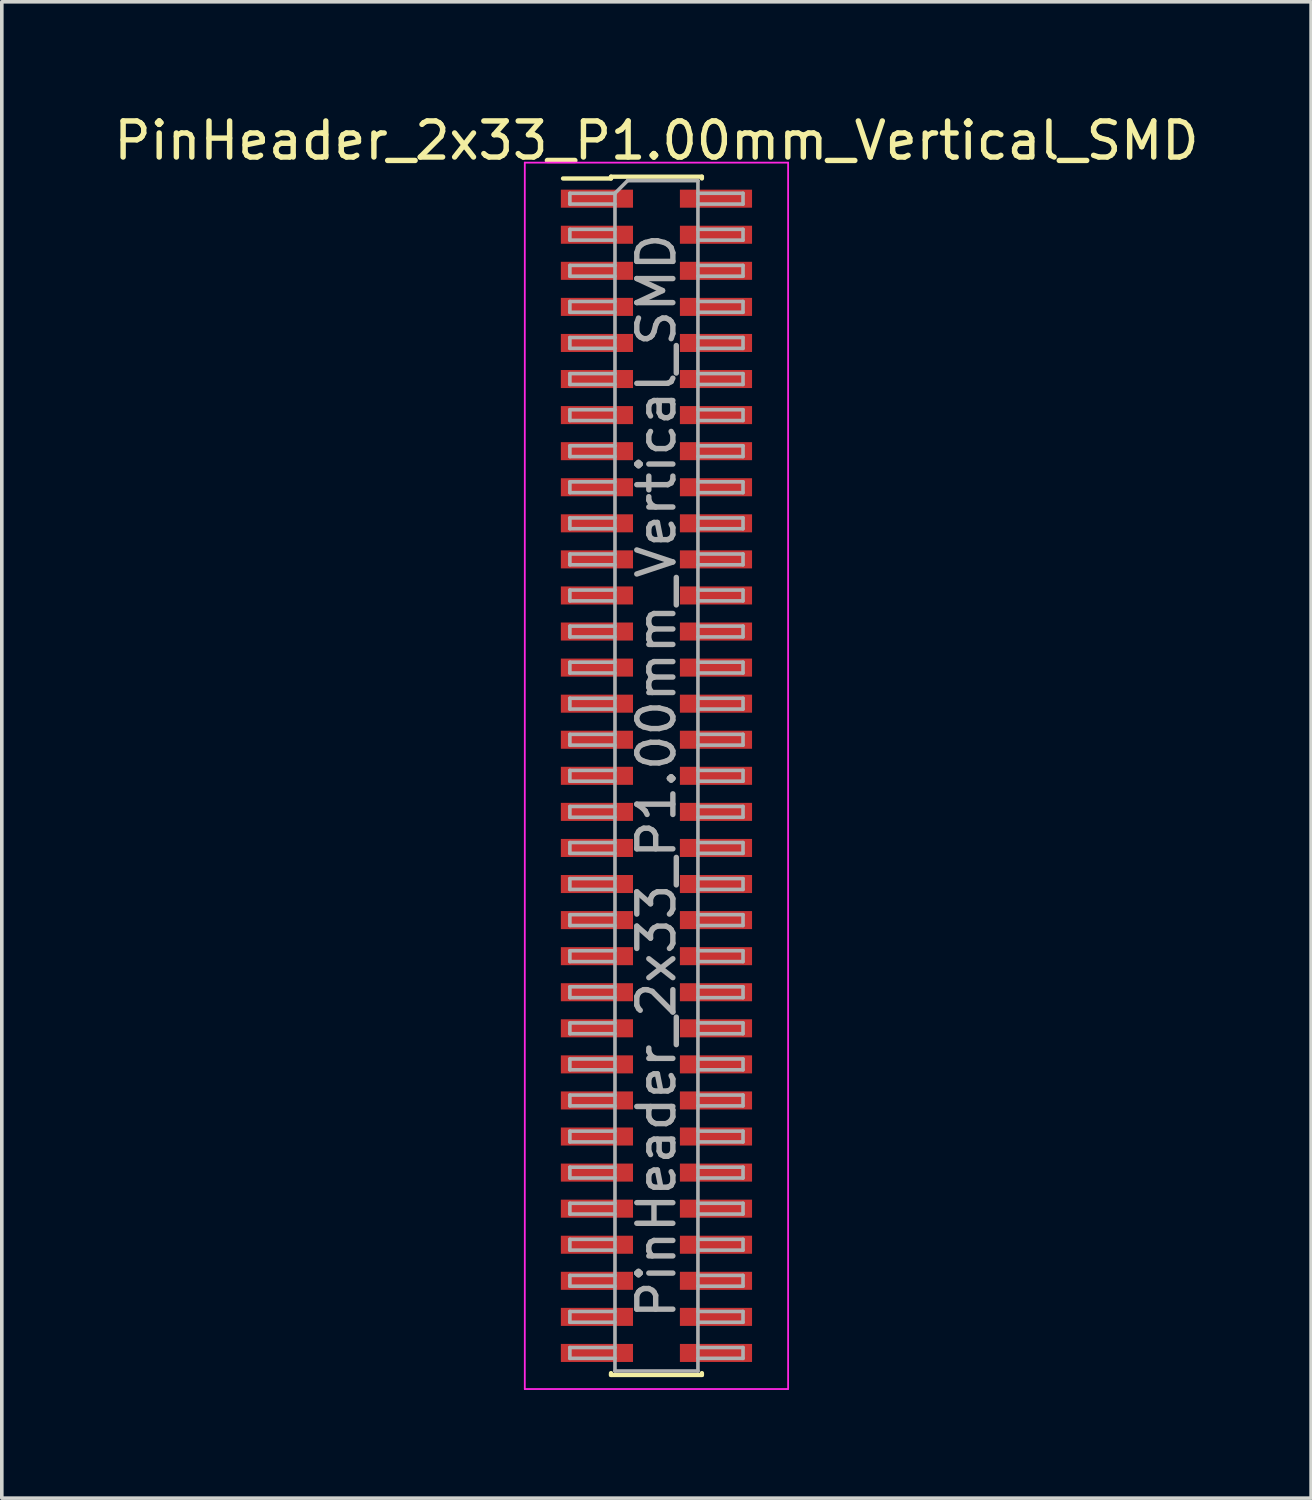
<source format=kicad_pcb>
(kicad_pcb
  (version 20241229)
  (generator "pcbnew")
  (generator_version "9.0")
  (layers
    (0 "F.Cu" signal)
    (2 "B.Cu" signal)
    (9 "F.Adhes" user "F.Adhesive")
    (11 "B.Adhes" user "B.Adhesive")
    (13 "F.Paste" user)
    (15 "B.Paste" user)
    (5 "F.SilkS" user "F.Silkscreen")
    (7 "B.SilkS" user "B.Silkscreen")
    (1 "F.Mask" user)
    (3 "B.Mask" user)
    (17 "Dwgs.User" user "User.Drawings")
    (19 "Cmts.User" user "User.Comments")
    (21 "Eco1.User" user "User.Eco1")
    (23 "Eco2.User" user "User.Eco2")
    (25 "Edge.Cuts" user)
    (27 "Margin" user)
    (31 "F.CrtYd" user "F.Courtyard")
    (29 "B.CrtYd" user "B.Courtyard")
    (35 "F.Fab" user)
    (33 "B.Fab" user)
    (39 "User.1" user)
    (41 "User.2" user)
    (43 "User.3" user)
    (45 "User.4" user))
  (footprint "PinHeader_2x33_P1.00mm_Vertical_SMD"
    (layer "F.Cu")
    (at 15.149 18.458)
    (property "Reference" "PinHeader_2x33_P1.00mm_Vertical_SMD" (at 0 -17.61 0) (layer "F.SilkS") (effects (font (size 1 1) (thickness 0.15))))
    (attr smd)
    (fp_line (start -2.59 -16.56) (end -1.26 -16.56) (stroke (width 0.12) (type solid)) (layer "F.SilkS"))
    (fp_line (start -1.26 -16.61) (end -1.26 -16.56) (stroke (width 0.12) (type solid)) (layer "F.SilkS"))
    (fp_line (start -1.26 -16.61) (end 1.26 -16.61) (stroke (width 0.12) (type solid)) (layer "F.SilkS"))
    (fp_line (start -1.26 16.56) (end -1.26 16.61) (stroke (width 0.12) (type solid)) (layer "F.SilkS"))
    (fp_line (start -1.26 16.61) (end 1.26 16.61) (stroke (width 0.12) (type solid)) (layer "F.SilkS"))
    (fp_line (start 1.26 -16.61) (end 1.26 -16.56) (stroke (width 0.12) (type solid)) (layer "F.SilkS"))
    (fp_line (start 1.26 16.56) (end 1.26 16.61) (stroke (width 0.12) (type solid)) (layer "F.SilkS"))
    (fp_line (start -3.65 -17) (end -3.65 17) (stroke (width 0.05) (type solid)) (layer "F.CrtYd"))
    (fp_line (start -3.65 17) (end 3.65 17) (stroke (width 0.05) (type solid)) (layer "F.CrtYd"))
    (fp_line (start 3.65 -17) (end -3.65 -17) (stroke (width 0.05) (type solid)) (layer "F.CrtYd"))
    (fp_line (start 3.65 17) (end 3.65 -17) (stroke (width 0.05) (type solid)) (layer "F.CrtYd"))
    (fp_line (start -2.4 -16.15) (end -2.4 -15.85) (stroke (width 0.1) (type solid)) (layer "F.Fab"))
    (fp_line (start -2.4 -15.85) (end -1.15 -15.85) (stroke (width 0.1) (type solid)) (layer "F.Fab"))
    (fp_line (start -2.4 -15.15) (end -2.4 -14.85) (stroke (width 0.1) (type solid)) (layer "F.Fab"))
    (fp_line (start -2.4 -14.85) (end -1.15 -14.85) (stroke (width 0.1) (type solid)) (layer "F.Fab"))
    (fp_line (start -2.4 -14.15) (end -2.4 -13.85) (stroke (width 0.1) (type solid)) (layer "F.Fab"))
    (fp_line (start -2.4 -13.85) (end -1.15 -13.85) (stroke (width 0.1) (type solid)) (layer "F.Fab"))
    (fp_line (start -2.4 -13.15) (end -2.4 -12.85) (stroke (width 0.1) (type solid)) (layer "F.Fab"))
    (fp_line (start -2.4 -12.85) (end -1.15 -12.85) (stroke (width 0.1) (type solid)) (layer "F.Fab"))
    (fp_line (start -2.4 -12.15) (end -2.4 -11.85) (stroke (width 0.1) (type solid)) (layer "F.Fab"))
    (fp_line (start -2.4 -11.85) (end -1.15 -11.85) (stroke (width 0.1) (type solid)) (layer "F.Fab"))
    (fp_line (start -2.4 -11.15) (end -2.4 -10.85) (stroke (width 0.1) (type solid)) (layer "F.Fab"))
    (fp_line (start -2.4 -10.85) (end -1.15 -10.85) (stroke (width 0.1) (type solid)) (layer "F.Fab"))
    (fp_line (start -2.4 -10.15) (end -2.4 -9.85) (stroke (width 0.1) (type solid)) (layer "F.Fab"))
    (fp_line (start -2.4 -9.85) (end -1.15 -9.85) (stroke (width 0.1) (type solid)) (layer "F.Fab"))
    (fp_line (start -2.4 -9.15) (end -2.4 -8.85) (stroke (width 0.1) (type solid)) (layer "F.Fab"))
    (fp_line (start -2.4 -8.85) (end -1.15 -8.85) (stroke (width 0.1) (type solid)) (layer "F.Fab"))
    (fp_line (start -2.4 -8.15) (end -2.4 -7.85) (stroke (width 0.1) (type solid)) (layer "F.Fab"))
    (fp_line (start -2.4 -7.85) (end -1.15 -7.85) (stroke (width 0.1) (type solid)) (layer "F.Fab"))
    (fp_line (start -2.4 -7.15) (end -2.4 -6.85) (stroke (width 0.1) (type solid)) (layer "F.Fab"))
    (fp_line (start -2.4 -6.85) (end -1.15 -6.85) (stroke (width 0.1) (type solid)) (layer "F.Fab"))
    (fp_line (start -2.4 -6.15) (end -2.4 -5.85) (stroke (width 0.1) (type solid)) (layer "F.Fab"))
    (fp_line (start -2.4 -5.85) (end -1.15 -5.85) (stroke (width 0.1) (type solid)) (layer "F.Fab"))
    (fp_line (start -2.4 -5.15) (end -2.4 -4.85) (stroke (width 0.1) (type solid)) (layer "F.Fab"))
    (fp_line (start -2.4 -4.85) (end -1.15 -4.85) (stroke (width 0.1) (type solid)) (layer "F.Fab"))
    (fp_line (start -2.4 -4.15) (end -2.4 -3.85) (stroke (width 0.1) (type solid)) (layer "F.Fab"))
    (fp_line (start -2.4 -3.85) (end -1.15 -3.85) (stroke (width 0.1) (type solid)) (layer "F.Fab"))
    (fp_line (start -2.4 -3.15) (end -2.4 -2.85) (stroke (width 0.1) (type solid)) (layer "F.Fab"))
    (fp_line (start -2.4 -2.85) (end -1.15 -2.85) (stroke (width 0.1) (type solid)) (layer "F.Fab"))
    (fp_line (start -2.4 -2.15) (end -2.4 -1.85) (stroke (width 0.1) (type solid)) (layer "F.Fab"))
    (fp_line (start -2.4 -1.85) (end -1.15 -1.85) (stroke (width 0.1) (type solid)) (layer "F.Fab"))
    (fp_line (start -2.4 -1.15) (end -2.4 -0.85) (stroke (width 0.1) (type solid)) (layer "F.Fab"))
    (fp_line (start -2.4 -0.85) (end -1.15 -0.85) (stroke (width 0.1) (type solid)) (layer "F.Fab"))
    (fp_line (start -2.4 -0.15) (end -2.4 0.15) (stroke (width 0.1) (type solid)) (layer "F.Fab"))
    (fp_line (start -2.4 0.15) (end -1.15 0.15) (stroke (width 0.1) (type solid)) (layer "F.Fab"))
    (fp_line (start -2.4 0.85) (end -2.4 1.15) (stroke (width 0.1) (type solid)) (layer "F.Fab"))
    (fp_line (start -2.4 1.15) (end -1.15 1.15) (stroke (width 0.1) (type solid)) (layer "F.Fab"))
    (fp_line (start -2.4 1.85) (end -2.4 2.15) (stroke (width 0.1) (type solid)) (layer "F.Fab"))
    (fp_line (start -2.4 2.15) (end -1.15 2.15) (stroke (width 0.1) (type solid)) (layer "F.Fab"))
    (fp_line (start -2.4 2.85) (end -2.4 3.15) (stroke (width 0.1) (type solid)) (layer "F.Fab"))
    (fp_line (start -2.4 3.15) (end -1.15 3.15) (stroke (width 0.1) (type solid)) (layer "F.Fab"))
    (fp_line (start -2.4 3.85) (end -2.4 4.15) (stroke (width 0.1) (type solid)) (layer "F.Fab"))
    (fp_line (start -2.4 4.15) (end -1.15 4.15) (stroke (width 0.1) (type solid)) (layer "F.Fab"))
    (fp_line (start -2.4 4.85) (end -2.4 5.15) (stroke (width 0.1) (type solid)) (layer "F.Fab"))
    (fp_line (start -2.4 5.15) (end -1.15 5.15) (stroke (width 0.1) (type solid)) (layer "F.Fab"))
    (fp_line (start -2.4 5.85) (end -2.4 6.15) (stroke (width 0.1) (type solid)) (layer "F.Fab"))
    (fp_line (start -2.4 6.15) (end -1.15 6.15) (stroke (width 0.1) (type solid)) (layer "F.Fab"))
    (fp_line (start -2.4 6.85) (end -2.4 7.15) (stroke (width 0.1) (type solid)) (layer "F.Fab"))
    (fp_line (start -2.4 7.15) (end -1.15 7.15) (stroke (width 0.1) (type solid)) (layer "F.Fab"))
    (fp_line (start -2.4 7.85) (end -2.4 8.15) (stroke (width 0.1) (type solid)) (layer "F.Fab"))
    (fp_line (start -2.4 8.15) (end -1.15 8.15) (stroke (width 0.1) (type solid)) (layer "F.Fab"))
    (fp_line (start -2.4 8.85) (end -2.4 9.15) (stroke (width 0.1) (type solid)) (layer "F.Fab"))
    (fp_line (start -2.4 9.15) (end -1.15 9.15) (stroke (width 0.1) (type solid)) (layer "F.Fab"))
    (fp_line (start -2.4 9.85) (end -2.4 10.15) (stroke (width 0.1) (type solid)) (layer "F.Fab"))
    (fp_line (start -2.4 10.15) (end -1.15 10.15) (stroke (width 0.1) (type solid)) (layer "F.Fab"))
    (fp_line (start -2.4 10.85) (end -2.4 11.15) (stroke (width 0.1) (type solid)) (layer "F.Fab"))
    (fp_line (start -2.4 11.15) (end -1.15 11.15) (stroke (width 0.1) (type solid)) (layer "F.Fab"))
    (fp_line (start -2.4 11.85) (end -2.4 12.15) (stroke (width 0.1) (type solid)) (layer "F.Fab"))
    (fp_line (start -2.4 12.15) (end -1.15 12.15) (stroke (width 0.1) (type solid)) (layer "F.Fab"))
    (fp_line (start -2.4 12.85) (end -2.4 13.15) (stroke (width 0.1) (type solid)) (layer "F.Fab"))
    (fp_line (start -2.4 13.15) (end -1.15 13.15) (stroke (width 0.1) (type solid)) (layer "F.Fab"))
    (fp_line (start -2.4 13.85) (end -2.4 14.15) (stroke (width 0.1) (type solid)) (layer "F.Fab"))
    (fp_line (start -2.4 14.15) (end -1.15 14.15) (stroke (width 0.1) (type solid)) (layer "F.Fab"))
    (fp_line (start -2.4 14.85) (end -2.4 15.15) (stroke (width 0.1) (type solid)) (layer "F.Fab"))
    (fp_line (start -2.4 15.15) (end -1.15 15.15) (stroke (width 0.1) (type solid)) (layer "F.Fab"))
    (fp_line (start -2.4 15.85) (end -2.4 16.15) (stroke (width 0.1) (type solid)) (layer "F.Fab"))
    (fp_line (start -2.4 16.15) (end -1.15 16.15) (stroke (width 0.1) (type solid)) (layer "F.Fab"))
    (fp_line (start -1.15 -16.15) (end -2.4 -16.15) (stroke (width 0.1) (type solid)) (layer "F.Fab"))
    (fp_line (start -1.15 -16.15) (end -0.8 -16.5) (stroke (width 0.1) (type solid)) (layer "F.Fab"))
    (fp_line (start -1.15 -15.15) (end -2.4 -15.15) (stroke (width 0.1) (type solid)) (layer "F.Fab"))
    (fp_line (start -1.15 -14.15) (end -2.4 -14.15) (stroke (width 0.1) (type solid)) (layer "F.Fab"))
    (fp_line (start -1.15 -13.15) (end -2.4 -13.15) (stroke (width 0.1) (type solid)) (layer "F.Fab"))
    (fp_line (start -1.15 -12.15) (end -2.4 -12.15) (stroke (width 0.1) (type solid)) (layer "F.Fab"))
    (fp_line (start -1.15 -11.15) (end -2.4 -11.15) (stroke (width 0.1) (type solid)) (layer "F.Fab"))
    (fp_line (start -1.15 -10.15) (end -2.4 -10.15) (stroke (width 0.1) (type solid)) (layer "F.Fab"))
    (fp_line (start -1.15 -9.15) (end -2.4 -9.15) (stroke (width 0.1) (type solid)) (layer "F.Fab"))
    (fp_line (start -1.15 -8.15) (end -2.4 -8.15) (stroke (width 0.1) (type solid)) (layer "F.Fab"))
    (fp_line (start -1.15 -7.15) (end -2.4 -7.15) (stroke (width 0.1) (type solid)) (layer "F.Fab"))
    (fp_line (start -1.15 -6.15) (end -2.4 -6.15) (stroke (width 0.1) (type solid)) (layer "F.Fab"))
    (fp_line (start -1.15 -5.15) (end -2.4 -5.15) (stroke (width 0.1) (type solid)) (layer "F.Fab"))
    (fp_line (start -1.15 -4.15) (end -2.4 -4.15) (stroke (width 0.1) (type solid)) (layer "F.Fab"))
    (fp_line (start -1.15 -3.15) (end -2.4 -3.15) (stroke (width 0.1) (type solid)) (layer "F.Fab"))
    (fp_line (start -1.15 -2.15) (end -2.4 -2.15) (stroke (width 0.1) (type solid)) (layer "F.Fab"))
    (fp_line (start -1.15 -1.15) (end -2.4 -1.15) (stroke (width 0.1) (type solid)) (layer "F.Fab"))
    (fp_line (start -1.15 -0.15) (end -2.4 -0.15) (stroke (width 0.1) (type solid)) (layer "F.Fab"))
    (fp_line (start -1.15 0.85) (end -2.4 0.85) (stroke (width 0.1) (type solid)) (layer "F.Fab"))
    (fp_line (start -1.15 1.85) (end -2.4 1.85) (stroke (width 0.1) (type solid)) (layer "F.Fab"))
    (fp_line (start -1.15 2.85) (end -2.4 2.85) (stroke (width 0.1) (type solid)) (layer "F.Fab"))
    (fp_line (start -1.15 3.85) (end -2.4 3.85) (stroke (width 0.1) (type solid)) (layer "F.Fab"))
    (fp_line (start -1.15 4.85) (end -2.4 4.85) (stroke (width 0.1) (type solid)) (layer "F.Fab"))
    (fp_line (start -1.15 5.85) (end -2.4 5.85) (stroke (width 0.1) (type solid)) (layer "F.Fab"))
    (fp_line (start -1.15 6.85) (end -2.4 6.85) (stroke (width 0.1) (type solid)) (layer "F.Fab"))
    (fp_line (start -1.15 7.85) (end -2.4 7.85) (stroke (width 0.1) (type solid)) (layer "F.Fab"))
    (fp_line (start -1.15 8.85) (end -2.4 8.85) (stroke (width 0.1) (type solid)) (layer "F.Fab"))
    (fp_line (start -1.15 9.85) (end -2.4 9.85) (stroke (width 0.1) (type solid)) (layer "F.Fab"))
    (fp_line (start -1.15 10.85) (end -2.4 10.85) (stroke (width 0.1) (type solid)) (layer "F.Fab"))
    (fp_line (start -1.15 11.85) (end -2.4 11.85) (stroke (width 0.1) (type solid)) (layer "F.Fab"))
    (fp_line (start -1.15 12.85) (end -2.4 12.85) (stroke (width 0.1) (type solid)) (layer "F.Fab"))
    (fp_line (start -1.15 13.85) (end -2.4 13.85) (stroke (width 0.1) (type solid)) (layer "F.Fab"))
    (fp_line (start -1.15 14.85) (end -2.4 14.85) (stroke (width 0.1) (type solid)) (layer "F.Fab"))
    (fp_line (start -1.15 15.85) (end -2.4 15.85) (stroke (width 0.1) (type solid)) (layer "F.Fab"))
    (fp_line (start -1.15 16.5) (end -1.15 -16.15) (stroke (width 0.1) (type solid)) (layer "F.Fab"))
    (fp_line (start -0.8 -16.5) (end 1.15 -16.5) (stroke (width 0.1) (type solid)) (layer "F.Fab"))
    (fp_line (start 1.15 -16.5) (end 1.15 16.5) (stroke (width 0.1) (type solid)) (layer "F.Fab"))
    (fp_line (start 1.15 -16.15) (end 2.4 -16.15) (stroke (width 0.1) (type solid)) (layer "F.Fab"))
    (fp_line (start 1.15 -15.15) (end 2.4 -15.15) (stroke (width 0.1) (type solid)) (layer "F.Fab"))
    (fp_line (start 1.15 -14.15) (end 2.4 -14.15) (stroke (width 0.1) (type solid)) (layer "F.Fab"))
    (fp_line (start 1.15 -13.15) (end 2.4 -13.15) (stroke (width 0.1) (type solid)) (layer "F.Fab"))
    (fp_line (start 1.15 -12.15) (end 2.4 -12.15) (stroke (width 0.1) (type solid)) (layer "F.Fab"))
    (fp_line (start 1.15 -11.15) (end 2.4 -11.15) (stroke (width 0.1) (type solid)) (layer "F.Fab"))
    (fp_line (start 1.15 -10.15) (end 2.4 -10.15) (stroke (width 0.1) (type solid)) (layer "F.Fab"))
    (fp_line (start 1.15 -9.15) (end 2.4 -9.15) (stroke (width 0.1) (type solid)) (layer "F.Fab"))
    (fp_line (start 1.15 -8.15) (end 2.4 -8.15) (stroke (width 0.1) (type solid)) (layer "F.Fab"))
    (fp_line (start 1.15 -7.15) (end 2.4 -7.15) (stroke (width 0.1) (type solid)) (layer "F.Fab"))
    (fp_line (start 1.15 -6.15) (end 2.4 -6.15) (stroke (width 0.1) (type solid)) (layer "F.Fab"))
    (fp_line (start 1.15 -5.15) (end 2.4 -5.15) (stroke (width 0.1) (type solid)) (layer "F.Fab"))
    (fp_line (start 1.15 -4.15) (end 2.4 -4.15) (stroke (width 0.1) (type solid)) (layer "F.Fab"))
    (fp_line (start 1.15 -3.15) (end 2.4 -3.15) (stroke (width 0.1) (type solid)) (layer "F.Fab"))
    (fp_line (start 1.15 -2.15) (end 2.4 -2.15) (stroke (width 0.1) (type solid)) (layer "F.Fab"))
    (fp_line (start 1.15 -1.15) (end 2.4 -1.15) (stroke (width 0.1) (type solid)) (layer "F.Fab"))
    (fp_line (start 1.15 -0.15) (end 2.4 -0.15) (stroke (width 0.1) (type solid)) (layer "F.Fab"))
    (fp_line (start 1.15 0.85) (end 2.4 0.85) (stroke (width 0.1) (type solid)) (layer "F.Fab"))
    (fp_line (start 1.15 1.85) (end 2.4 1.85) (stroke (width 0.1) (type solid)) (layer "F.Fab"))
    (fp_line (start 1.15 2.85) (end 2.4 2.85) (stroke (width 0.1) (type solid)) (layer "F.Fab"))
    (fp_line (start 1.15 3.85) (end 2.4 3.85) (stroke (width 0.1) (type solid)) (layer "F.Fab"))
    (fp_line (start 1.15 4.85) (end 2.4 4.85) (stroke (width 0.1) (type solid)) (layer "F.Fab"))
    (fp_line (start 1.15 5.85) (end 2.4 5.85) (stroke (width 0.1) (type solid)) (layer "F.Fab"))
    (fp_line (start 1.15 6.85) (end 2.4 6.85) (stroke (width 0.1) (type solid)) (layer "F.Fab"))
    (fp_line (start 1.15 7.85) (end 2.4 7.85) (stroke (width 0.1) (type solid)) (layer "F.Fab"))
    (fp_line (start 1.15 8.85) (end 2.4 8.85) (stroke (width 0.1) (type solid)) (layer "F.Fab"))
    (fp_line (start 1.15 9.85) (end 2.4 9.85) (stroke (width 0.1) (type solid)) (layer "F.Fab"))
    (fp_line (start 1.15 10.85) (end 2.4 10.85) (stroke (width 0.1) (type solid)) (layer "F.Fab"))
    (fp_line (start 1.15 11.85) (end 2.4 11.85) (stroke (width 0.1) (type solid)) (layer "F.Fab"))
    (fp_line (start 1.15 12.85) (end 2.4 12.85) (stroke (width 0.1) (type solid)) (layer "F.Fab"))
    (fp_line (start 1.15 13.85) (end 2.4 13.85) (stroke (width 0.1) (type solid)) (layer "F.Fab"))
    (fp_line (start 1.15 14.85) (end 2.4 14.85) (stroke (width 0.1) (type solid)) (layer "F.Fab"))
    (fp_line (start 1.15 15.85) (end 2.4 15.85) (stroke (width 0.1) (type solid)) (layer "F.Fab"))
    (fp_line (start 1.15 16.5) (end -1.15 16.5) (stroke (width 0.1) (type solid)) (layer "F.Fab"))
    (fp_line (start 2.4 -16.15) (end 2.4 -15.85) (stroke (width 0.1) (type solid)) (layer "F.Fab"))
    (fp_line (start 2.4 -15.85) (end 1.15 -15.85) (stroke (width 0.1) (type solid)) (layer "F.Fab"))
    (fp_line (start 2.4 -15.15) (end 2.4 -14.85) (stroke (width 0.1) (type solid)) (layer "F.Fab"))
    (fp_line (start 2.4 -14.85) (end 1.15 -14.85) (stroke (width 0.1) (type solid)) (layer "F.Fab"))
    (fp_line (start 2.4 -14.15) (end 2.4 -13.85) (stroke (width 0.1) (type solid)) (layer "F.Fab"))
    (fp_line (start 2.4 -13.85) (end 1.15 -13.85) (stroke (width 0.1) (type solid)) (layer "F.Fab"))
    (fp_line (start 2.4 -13.15) (end 2.4 -12.85) (stroke (width 0.1) (type solid)) (layer "F.Fab"))
    (fp_line (start 2.4 -12.85) (end 1.15 -12.85) (stroke (width 0.1) (type solid)) (layer "F.Fab"))
    (fp_line (start 2.4 -12.15) (end 2.4 -11.85) (stroke (width 0.1) (type solid)) (layer "F.Fab"))
    (fp_line (start 2.4 -11.85) (end 1.15 -11.85) (stroke (width 0.1) (type solid)) (layer "F.Fab"))
    (fp_line (start 2.4 -11.15) (end 2.4 -10.85) (stroke (width 0.1) (type solid)) (layer "F.Fab"))
    (fp_line (start 2.4 -10.85) (end 1.15 -10.85) (stroke (width 0.1) (type solid)) (layer "F.Fab"))
    (fp_line (start 2.4 -10.15) (end 2.4 -9.85) (stroke (width 0.1) (type solid)) (layer "F.Fab"))
    (fp_line (start 2.4 -9.85) (end 1.15 -9.85) (stroke (width 0.1) (type solid)) (layer "F.Fab"))
    (fp_line (start 2.4 -9.15) (end 2.4 -8.85) (stroke (width 0.1) (type solid)) (layer "F.Fab"))
    (fp_line (start 2.4 -8.85) (end 1.15 -8.85) (stroke (width 0.1) (type solid)) (layer "F.Fab"))
    (fp_line (start 2.4 -8.15) (end 2.4 -7.85) (stroke (width 0.1) (type solid)) (layer "F.Fab"))
    (fp_line (start 2.4 -7.85) (end 1.15 -7.85) (stroke (width 0.1) (type solid)) (layer "F.Fab"))
    (fp_line (start 2.4 -7.15) (end 2.4 -6.85) (stroke (width 0.1) (type solid)) (layer "F.Fab"))
    (fp_line (start 2.4 -6.85) (end 1.15 -6.85) (stroke (width 0.1) (type solid)) (layer "F.Fab"))
    (fp_line (start 2.4 -6.15) (end 2.4 -5.85) (stroke (width 0.1) (type solid)) (layer "F.Fab"))
    (fp_line (start 2.4 -5.85) (end 1.15 -5.85) (stroke (width 0.1) (type solid)) (layer "F.Fab"))
    (fp_line (start 2.4 -5.15) (end 2.4 -4.85) (stroke (width 0.1) (type solid)) (layer "F.Fab"))
    (fp_line (start 2.4 -4.85) (end 1.15 -4.85) (stroke (width 0.1) (type solid)) (layer "F.Fab"))
    (fp_line (start 2.4 -4.15) (end 2.4 -3.85) (stroke (width 0.1) (type solid)) (layer "F.Fab"))
    (fp_line (start 2.4 -3.85) (end 1.15 -3.85) (stroke (width 0.1) (type solid)) (layer "F.Fab"))
    (fp_line (start 2.4 -3.15) (end 2.4 -2.85) (stroke (width 0.1) (type solid)) (layer "F.Fab"))
    (fp_line (start 2.4 -2.85) (end 1.15 -2.85) (stroke (width 0.1) (type solid)) (layer "F.Fab"))
    (fp_line (start 2.4 -2.15) (end 2.4 -1.85) (stroke (width 0.1) (type solid)) (layer "F.Fab"))
    (fp_line (start 2.4 -1.85) (end 1.15 -1.85) (stroke (width 0.1) (type solid)) (layer "F.Fab"))
    (fp_line (start 2.4 -1.15) (end 2.4 -0.85) (stroke (width 0.1) (type solid)) (layer "F.Fab"))
    (fp_line (start 2.4 -0.85) (end 1.15 -0.85) (stroke (width 0.1) (type solid)) (layer "F.Fab"))
    (fp_line (start 2.4 -0.15) (end 2.4 0.15) (stroke (width 0.1) (type solid)) (layer "F.Fab"))
    (fp_line (start 2.4 0.15) (end 1.15 0.15) (stroke (width 0.1) (type solid)) (layer "F.Fab"))
    (fp_line (start 2.4 0.85) (end 2.4 1.15) (stroke (width 0.1) (type solid)) (layer "F.Fab"))
    (fp_line (start 2.4 1.15) (end 1.15 1.15) (stroke (width 0.1) (type solid)) (layer "F.Fab"))
    (fp_line (start 2.4 1.85) (end 2.4 2.15) (stroke (width 0.1) (type solid)) (layer "F.Fab"))
    (fp_line (start 2.4 2.15) (end 1.15 2.15) (stroke (width 0.1) (type solid)) (layer "F.Fab"))
    (fp_line (start 2.4 2.85) (end 2.4 3.15) (stroke (width 0.1) (type solid)) (layer "F.Fab"))
    (fp_line (start 2.4 3.15) (end 1.15 3.15) (stroke (width 0.1) (type solid)) (layer "F.Fab"))
    (fp_line (start 2.4 3.85) (end 2.4 4.15) (stroke (width 0.1) (type solid)) (layer "F.Fab"))
    (fp_line (start 2.4 4.15) (end 1.15 4.15) (stroke (width 0.1) (type solid)) (layer "F.Fab"))
    (fp_line (start 2.4 4.85) (end 2.4 5.15) (stroke (width 0.1) (type solid)) (layer "F.Fab"))
    (fp_line (start 2.4 5.15) (end 1.15 5.15) (stroke (width 0.1) (type solid)) (layer "F.Fab"))
    (fp_line (start 2.4 5.85) (end 2.4 6.15) (stroke (width 0.1) (type solid)) (layer "F.Fab"))
    (fp_line (start 2.4 6.15) (end 1.15 6.15) (stroke (width 0.1) (type solid)) (layer "F.Fab"))
    (fp_line (start 2.4 6.85) (end 2.4 7.15) (stroke (width 0.1) (type solid)) (layer "F.Fab"))
    (fp_line (start 2.4 7.15) (end 1.15 7.15) (stroke (width 0.1) (type solid)) (layer "F.Fab"))
    (fp_line (start 2.4 7.85) (end 2.4 8.15) (stroke (width 0.1) (type solid)) (layer "F.Fab"))
    (fp_line (start 2.4 8.15) (end 1.15 8.15) (stroke (width 0.1) (type solid)) (layer "F.Fab"))
    (fp_line (start 2.4 8.85) (end 2.4 9.15) (stroke (width 0.1) (type solid)) (layer "F.Fab"))
    (fp_line (start 2.4 9.15) (end 1.15 9.15) (stroke (width 0.1) (type solid)) (layer "F.Fab"))
    (fp_line (start 2.4 9.85) (end 2.4 10.15) (stroke (width 0.1) (type solid)) (layer "F.Fab"))
    (fp_line (start 2.4 10.15) (end 1.15 10.15) (stroke (width 0.1) (type solid)) (layer "F.Fab"))
    (fp_line (start 2.4 10.85) (end 2.4 11.15) (stroke (width 0.1) (type solid)) (layer "F.Fab"))
    (fp_line (start 2.4 11.15) (end 1.15 11.15) (stroke (width 0.1) (type solid)) (layer "F.Fab"))
    (fp_line (start 2.4 11.85) (end 2.4 12.15) (stroke (width 0.1) (type solid)) (layer "F.Fab"))
    (fp_line (start 2.4 12.15) (end 1.15 12.15) (stroke (width 0.1) (type solid)) (layer "F.Fab"))
    (fp_line (start 2.4 12.85) (end 2.4 13.15) (stroke (width 0.1) (type solid)) (layer "F.Fab"))
    (fp_line (start 2.4 13.15) (end 1.15 13.15) (stroke (width 0.1) (type solid)) (layer "F.Fab"))
    (fp_line (start 2.4 13.85) (end 2.4 14.15) (stroke (width 0.1) (type solid)) (layer "F.Fab"))
    (fp_line (start 2.4 14.15) (end 1.15 14.15) (stroke (width 0.1) (type solid)) (layer "F.Fab"))
    (fp_line (start 2.4 14.85) (end 2.4 15.15) (stroke (width 0.1) (type solid)) (layer "F.Fab"))
    (fp_line (start 2.4 15.15) (end 1.15 15.15) (stroke (width 0.1) (type solid)) (layer "F.Fab"))
    (fp_line (start 2.4 15.85) (end 2.4 16.15) (stroke (width 0.1) (type solid)) (layer "F.Fab"))
    (fp_line (start 2.4 16.15) (end 1.15 16.15) (stroke (width 0.1) (type solid)) (layer "F.Fab"))
    (fp_text user "${REFERENCE}" (at 0 0 90) (layer "F.Fab") (effects (font (size 1 1) (thickness 0.15))))
    (pad "1" smd rect (at -1.65 -16) (size 2 0.5) (layers "F.Cu" "F.Mask" "F.Paste"))
    (pad "2" smd rect (at 1.65 -16) (size 2 0.5) (layers "F.Cu" "F.Mask" "F.Paste"))
    (pad "3" smd rect (at -1.65 -15) (size 2 0.5) (layers "F.Cu" "F.Mask" "F.Paste"))
    (pad "4" smd rect (at 1.65 -15) (size 2 0.5) (layers "F.Cu" "F.Mask" "F.Paste"))
    (pad "5" smd rect (at -1.65 -14) (size 2 0.5) (layers "F.Cu" "F.Mask" "F.Paste"))
    (pad "6" smd rect (at 1.65 -14) (size 2 0.5) (layers "F.Cu" "F.Mask" "F.Paste"))
    (pad "7" smd rect (at -1.65 -13) (size 2 0.5) (layers "F.Cu" "F.Mask" "F.Paste"))
    (pad "8" smd rect (at 1.65 -13) (size 2 0.5) (layers "F.Cu" "F.Mask" "F.Paste"))
    (pad "9" smd rect (at -1.65 -12) (size 2 0.5) (layers "F.Cu" "F.Mask" "F.Paste"))
    (pad "10" smd rect (at 1.65 -12) (size 2 0.5) (layers "F.Cu" "F.Mask" "F.Paste"))
    (pad "11" smd rect (at -1.65 -11) (size 2 0.5) (layers "F.Cu" "F.Mask" "F.Paste"))
    (pad "12" smd rect (at 1.65 -11) (size 2 0.5) (layers "F.Cu" "F.Mask" "F.Paste"))
    (pad "13" smd rect (at -1.65 -10) (size 2 0.5) (layers "F.Cu" "F.Mask" "F.Paste"))
    (pad "14" smd rect (at 1.65 -10) (size 2 0.5) (layers "F.Cu" "F.Mask" "F.Paste"))
    (pad "15" smd rect (at -1.65 -9) (size 2 0.5) (layers "F.Cu" "F.Mask" "F.Paste"))
    (pad "16" smd rect (at 1.65 -9) (size 2 0.5) (layers "F.Cu" "F.Mask" "F.Paste"))
    (pad "17" smd rect (at -1.65 -8) (size 2 0.5) (layers "F.Cu" "F.Mask" "F.Paste"))
    (pad "18" smd rect (at 1.65 -8) (size 2 0.5) (layers "F.Cu" "F.Mask" "F.Paste"))
    (pad "19" smd rect (at -1.65 -7) (size 2 0.5) (layers "F.Cu" "F.Mask" "F.Paste"))
    (pad "20" smd rect (at 1.65 -7) (size 2 0.5) (layers "F.Cu" "F.Mask" "F.Paste"))
    (pad "21" smd rect (at -1.65 -6) (size 2 0.5) (layers "F.Cu" "F.Mask" "F.Paste"))
    (pad "22" smd rect (at 1.65 -6) (size 2 0.5) (layers "F.Cu" "F.Mask" "F.Paste"))
    (pad "23" smd rect (at -1.65 -5) (size 2 0.5) (layers "F.Cu" "F.Mask" "F.Paste"))
    (pad "24" smd rect (at 1.65 -5) (size 2 0.5) (layers "F.Cu" "F.Mask" "F.Paste"))
    (pad "25" smd rect (at -1.65 -4) (size 2 0.5) (layers "F.Cu" "F.Mask" "F.Paste"))
    (pad "26" smd rect (at 1.65 -4) (size 2 0.5) (layers "F.Cu" "F.Mask" "F.Paste"))
    (pad "27" smd rect (at -1.65 -3) (size 2 0.5) (layers "F.Cu" "F.Mask" "F.Paste"))
    (pad "28" smd rect (at 1.65 -3) (size 2 0.5) (layers "F.Cu" "F.Mask" "F.Paste"))
    (pad "29" smd rect (at -1.65 -2) (size 2 0.5) (layers "F.Cu" "F.Mask" "F.Paste"))
    (pad "30" smd rect (at 1.65 -2) (size 2 0.5) (layers "F.Cu" "F.Mask" "F.Paste"))
    (pad "31" smd rect (at -1.65 -1) (size 2 0.5) (layers "F.Cu" "F.Mask" "F.Paste"))
    (pad "32" smd rect (at 1.65 -1) (size 2 0.5) (layers "F.Cu" "F.Mask" "F.Paste"))
    (pad "33" smd rect (at -1.65 0) (size 2 0.5) (layers "F.Cu" "F.Mask" "F.Paste"))
    (pad "34" smd rect (at 1.65 0) (size 2 0.5) (layers "F.Cu" "F.Mask" "F.Paste"))
    (pad "35" smd rect (at -1.65 1) (size 2 0.5) (layers "F.Cu" "F.Mask" "F.Paste"))
    (pad "36" smd rect (at 1.65 1) (size 2 0.5) (layers "F.Cu" "F.Mask" "F.Paste"))
    (pad "37" smd rect (at -1.65 2) (size 2 0.5) (layers "F.Cu" "F.Mask" "F.Paste"))
    (pad "38" smd rect (at 1.65 2) (size 2 0.5) (layers "F.Cu" "F.Mask" "F.Paste"))
    (pad "39" smd rect (at -1.65 3) (size 2 0.5) (layers "F.Cu" "F.Mask" "F.Paste"))
    (pad "40" smd rect (at 1.65 3) (size 2 0.5) (layers "F.Cu" "F.Mask" "F.Paste"))
    (pad "41" smd rect (at -1.65 4) (size 2 0.5) (layers "F.Cu" "F.Mask" "F.Paste"))
    (pad "42" smd rect (at 1.65 4) (size 2 0.5) (layers "F.Cu" "F.Mask" "F.Paste"))
    (pad "43" smd rect (at -1.65 5) (size 2 0.5) (layers "F.Cu" "F.Mask" "F.Paste"))
    (pad "44" smd rect (at 1.65 5) (size 2 0.5) (layers "F.Cu" "F.Mask" "F.Paste"))
    (pad "45" smd rect (at -1.65 6) (size 2 0.5) (layers "F.Cu" "F.Mask" "F.Paste"))
    (pad "46" smd rect (at 1.65 6) (size 2 0.5) (layers "F.Cu" "F.Mask" "F.Paste"))
    (pad "47" smd rect (at -1.65 7) (size 2 0.5) (layers "F.Cu" "F.Mask" "F.Paste"))
    (pad "48" smd rect (at 1.65 7) (size 2 0.5) (layers "F.Cu" "F.Mask" "F.Paste"))
    (pad "49" smd rect (at -1.65 8) (size 2 0.5) (layers "F.Cu" "F.Mask" "F.Paste"))
    (pad "50" smd rect (at 1.65 8) (size 2 0.5) (layers "F.Cu" "F.Mask" "F.Paste"))
    (pad "51" smd rect (at -1.65 9) (size 2 0.5) (layers "F.Cu" "F.Mask" "F.Paste"))
    (pad "52" smd rect (at 1.65 9) (size 2 0.5) (layers "F.Cu" "F.Mask" "F.Paste"))
    (pad "53" smd rect (at -1.65 10) (size 2 0.5) (layers "F.Cu" "F.Mask" "F.Paste"))
    (pad "54" smd rect (at 1.65 10) (size 2 0.5) (layers "F.Cu" "F.Mask" "F.Paste"))
    (pad "55" smd rect (at -1.65 11) (size 2 0.5) (layers "F.Cu" "F.Mask" "F.Paste"))
    (pad "56" smd rect (at 1.65 11) (size 2 0.5) (layers "F.Cu" "F.Mask" "F.Paste"))
    (pad "57" smd rect (at -1.65 12) (size 2 0.5) (layers "F.Cu" "F.Mask" "F.Paste"))
    (pad "58" smd rect (at 1.65 12) (size 2 0.5) (layers "F.Cu" "F.Mask" "F.Paste"))
    (pad "59" smd rect (at -1.65 13) (size 2 0.5) (layers "F.Cu" "F.Mask" "F.Paste"))
    (pad "60" smd rect (at 1.65 13) (size 2 0.5) (layers "F.Cu" "F.Mask" "F.Paste"))
    (pad "61" smd rect (at -1.65 14) (size 2 0.5) (layers "F.Cu" "F.Mask" "F.Paste"))
    (pad "62" smd rect (at 1.65 14) (size 2 0.5) (layers "F.Cu" "F.Mask" "F.Paste"))
    (pad "63" smd rect (at -1.65 15) (size 2 0.5) (layers "F.Cu" "F.Mask" "F.Paste"))
    (pad "64" smd rect (at 1.65 15) (size 2 0.5) (layers "F.Cu" "F.Mask" "F.Paste"))
    (pad "65" smd rect (at -1.65 16) (size 2 0.5) (layers "F.Cu" "F.Mask" "F.Paste"))
    (pad "66" smd rect (at 1.65 16) (size 2 0.5) (layers "F.Cu" "F.Mask" "F.Paste")))
  (gr_rect
    (start -3 -3)
    (end 33.298 38.483)
    (stroke (width 0.1) (type default))
    (fill no)
    (layer "Edge.Cuts")))
</source>
